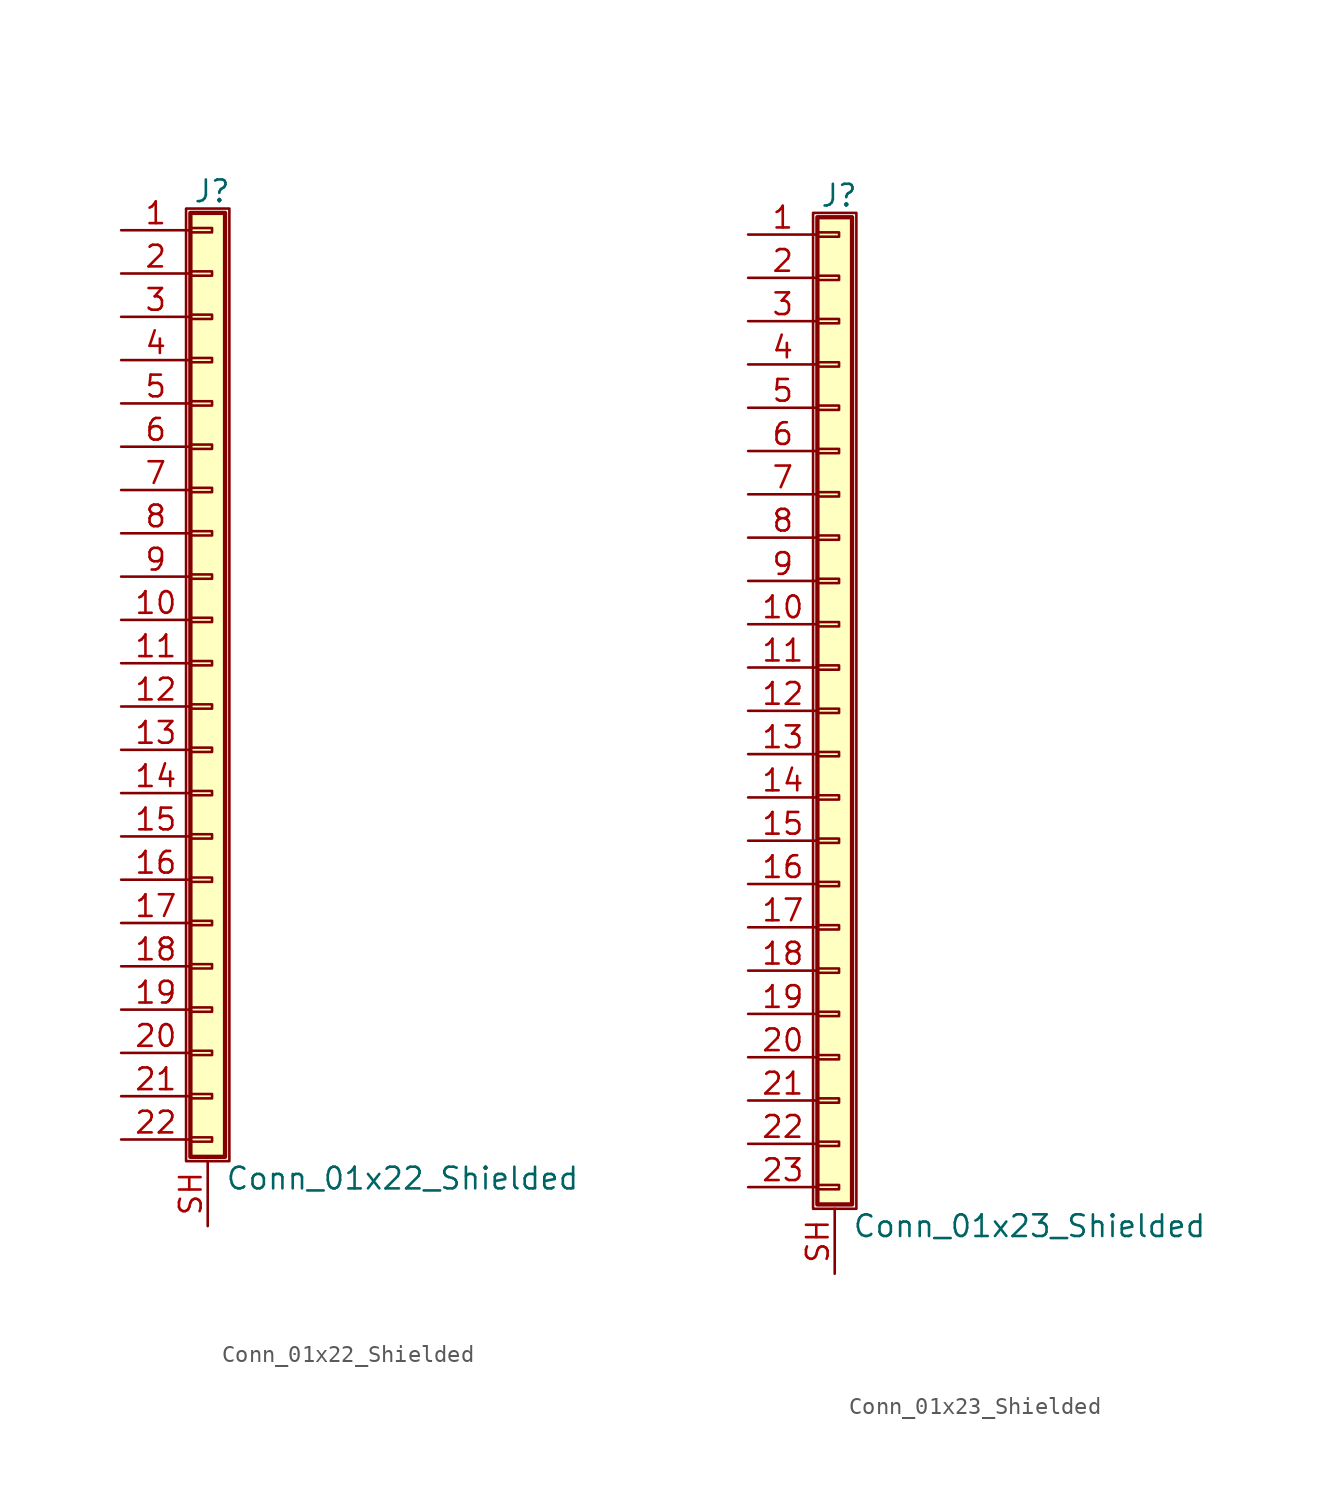
<source format=kicad_sym>
(kicad_symbol_lib
  (version 20220914)
  (generator kicad_symbol_editor)
  (symbol "Conn_01x22_Shielded"
    (pin_names
      (offset 1.016) hide)
    (property "Reference" "J"
      (at 0.254 27.686 0)
      (effects (font (size 1.27 1.27))))
    (property "Value" "Conn_01x22_Shielded"
      (at 1.016 -30.226 0)
      (effects (font (size 1.27 1.27)) (justify left)))
    (symbol "Conn_01x22_Shielded_1_1"
      (rectangle (start -1.27 26.67) (end 1.27 -29.21) (stroke (width 0.152) (type default)) (fill (type none)))
      (rectangle (start -1.016 -27.813) (end 0.254 -28.067) (stroke (width 0.152) (type default)) (fill (type none)))
      (rectangle (start -1.016 -25.273) (end 0.254 -25.527) (stroke (width 0.152) (type default)) (fill (type none)))
      (rectangle (start -1.016 -22.733) (end 0.254 -22.987) (stroke (width 0.152) (type default)) (fill (type none)))
      (rectangle (start -1.016 -20.193) (end 0.254 -20.447) (stroke (width 0.152) (type default)) (fill (type none)))
      (rectangle (start -1.016 -17.653) (end 0.254 -17.907) (stroke (width 0.152) (type default)) (fill (type none)))
      (rectangle (start -1.016 -15.113) (end 0.254 -15.367) (stroke (width 0.152) (type default)) (fill (type none)))
      (rectangle (start -1.016 -12.573) (end 0.254 -12.827) (stroke (width 0.152) (type default)) (fill (type none)))
      (rectangle (start -1.016 -10.033) (end 0.254 -10.287) (stroke (width 0.152) (type default)) (fill (type none)))
      (rectangle (start -1.016 -7.493) (end 0.254 -7.747) (stroke (width 0.152) (type default)) (fill (type none)))
      (rectangle (start -1.016 -4.953) (end 0.254 -5.207) (stroke (width 0.152) (type default)) (fill (type none)))
      (rectangle (start -1.016 -2.413) (end 0.254 -2.667) (stroke (width 0.152) (type default)) (fill (type none)))
      (rectangle (start -1.016 0.127) (end 0.254 -0.127) (stroke (width 0.152) (type default)) (fill (type none)))
      (rectangle (start -1.016 2.667) (end 0.254 2.413) (stroke (width 0.152) (type default)) (fill (type none)))
      (rectangle (start -1.016 5.207) (end 0.254 4.953) (stroke (width 0.152) (type default)) (fill (type none)))
      (rectangle (start -1.016 7.747) (end 0.254 7.493) (stroke (width 0.152) (type default)) (fill (type none)))
      (rectangle (start -1.016 10.287) (end 0.254 10.033) (stroke (width 0.152) (type default)) (fill (type none)))
      (rectangle (start -1.016 12.827) (end 0.254 12.573) (stroke (width 0.152) (type default)) (fill (type none)))
      (rectangle (start -1.016 15.367) (end 0.254 15.113) (stroke (width 0.152) (type default)) (fill (type none)))
      (rectangle (start -1.016 17.907) (end 0.254 17.653) (stroke (width 0.152) (type default)) (fill (type none)))
      (rectangle (start -1.016 20.447) (end 0.254 20.193) (stroke (width 0.152) (type default)) (fill (type none)))
      (rectangle (start -1.016 22.987) (end 0.254 22.733) (stroke (width 0.152) (type default)) (fill (type none)))
      (rectangle (start -1.016 25.527) (end 0.254 25.273) (stroke (width 0.152) (type default)) (fill (type none)))
      (rectangle (start -1.016 26.416) (end 1.016 -28.956) (stroke (width 0.254) (type default)) (fill (type background)))
      (pin passive line (at -5.08 25.4 0) (length 4.064) (name "Pin_1" (effects (font (size 1.27 1.27)))) (number "1" (effects (font (size 1.27 1.27)))))
      (pin passive line (at -5.08 2.54 0) (length 4.064) (name "Pin_10" (effects (font (size 1.27 1.27)))) (number "10" (effects (font (size 1.27 1.27)))))
      (pin passive line (at -5.08 0 0) (length 4.064) (name "Pin_11" (effects (font (size 1.27 1.27)))) (number "11" (effects (font (size 1.27 1.27)))))
      (pin passive line (at -5.08 -2.54 0) (length 4.064) (name "Pin_12" (effects (font (size 1.27 1.27)))) (number "12" (effects (font (size 1.27 1.27)))))
      (pin passive line (at -5.08 -5.08 0) (length 4.064) (name "Pin_13" (effects (font (size 1.27 1.27)))) (number "13" (effects (font (size 1.27 1.27)))))
      (pin passive line (at -5.08 -7.62 0) (length 4.064) (name "Pin_14" (effects (font (size 1.27 1.27)))) (number "14" (effects (font (size 1.27 1.27)))))
      (pin passive line (at -5.08 -10.16 0) (length 4.064) (name "Pin_15" (effects (font (size 1.27 1.27)))) (number "15" (effects (font (size 1.27 1.27)))))
      (pin passive line (at -5.08 -12.7 0) (length 4.064) (name "Pin_16" (effects (font (size 1.27 1.27)))) (number "16" (effects (font (size 1.27 1.27)))))
      (pin passive line (at -5.08 -15.24 0) (length 4.064) (name "Pin_17" (effects (font (size 1.27 1.27)))) (number "17" (effects (font (size 1.27 1.27)))))
      (pin passive line (at -5.08 -17.78 0) (length 4.064) (name "Pin_18" (effects (font (size 1.27 1.27)))) (number "18" (effects (font (size 1.27 1.27)))))
      (pin passive line (at -5.08 -20.32 0) (length 4.064) (name "Pin_19" (effects (font (size 1.27 1.27)))) (number "19" (effects (font (size 1.27 1.27)))))
      (pin passive line (at -5.08 22.86 0) (length 4.064) (name "Pin_2" (effects (font (size 1.27 1.27)))) (number "2" (effects (font (size 1.27 1.27)))))
      (pin passive line (at -5.08 -22.86 0) (length 4.064) (name "Pin_20" (effects (font (size 1.27 1.27)))) (number "20" (effects (font (size 1.27 1.27)))))
      (pin passive line (at -5.08 -25.4 0) (length 4.064) (name "Pin_21" (effects (font (size 1.27 1.27)))) (number "21" (effects (font (size 1.27 1.27)))))
      (pin passive line (at -5.08 -27.94 0) (length 4.064) (name "Pin_22" (effects (font (size 1.27 1.27)))) (number "22" (effects (font (size 1.27 1.27)))))
      (pin passive line (at -5.08 20.32 0) (length 4.064) (name "Pin_3" (effects (font (size 1.27 1.27)))) (number "3" (effects (font (size 1.27 1.27)))))
      (pin passive line (at -5.08 17.78 0) (length 4.064) (name "Pin_4" (effects (font (size 1.27 1.27)))) (number "4" (effects (font (size 1.27 1.27)))))
      (pin passive line (at -5.08 15.24 0) (length 4.064) (name "Pin_5" (effects (font (size 1.27 1.27)))) (number "5" (effects (font (size 1.27 1.27)))))
      (pin passive line (at -5.08 12.7 0) (length 4.064) (name "Pin_6" (effects (font (size 1.27 1.27)))) (number "6" (effects (font (size 1.27 1.27)))))
      (pin passive line (at -5.08 10.16 0) (length 4.064) (name "Pin_7" (effects (font (size 1.27 1.27)))) (number "7" (effects (font (size 1.27 1.27)))))
      (pin passive line (at -5.08 7.62 0) (length 4.064) (name "Pin_8" (effects (font (size 1.27 1.27)))) (number "8" (effects (font (size 1.27 1.27)))))
      (pin passive line (at -5.08 5.08 0) (length 4.064) (name "Pin_9" (effects (font (size 1.27 1.27)))) (number "9" (effects (font (size 1.27 1.27)))))
      (pin passive line (at 0 -33.02 90) (length 3.81) (name "Shield" (effects (font (size 1.27 1.27)))) (number "SH" (effects (font (size 1.27 1.27)))))))
  (symbol "Conn_01x23_Shielded"
    (pin_names
      (offset 1.016) hide)
    (property "Reference" "J"
      (at 0.254 30.226 0)
      (effects (font (size 1.27 1.27))))
    (property "Value" "Conn_01x23_Shielded"
      (at 1.016 -30.226 0)
      (effects (font (size 1.27 1.27)) (justify left)))
    (symbol "Conn_01x23_Shielded_1_1"
      (rectangle (start -1.27 29.21) (end 1.27 -29.21) (stroke (width 0.152) (type default)) (fill (type none)))
      (rectangle (start -1.016 -27.813) (end 0.254 -28.067) (stroke (width 0.152) (type default)) (fill (type none)))
      (rectangle (start -1.016 -25.273) (end 0.254 -25.527) (stroke (width 0.152) (type default)) (fill (type none)))
      (rectangle (start -1.016 -22.733) (end 0.254 -22.987) (stroke (width 0.152) (type default)) (fill (type none)))
      (rectangle (start -1.016 -20.193) (end 0.254 -20.447) (stroke (width 0.152) (type default)) (fill (type none)))
      (rectangle (start -1.016 -17.653) (end 0.254 -17.907) (stroke (width 0.152) (type default)) (fill (type none)))
      (rectangle (start -1.016 -15.113) (end 0.254 -15.367) (stroke (width 0.152) (type default)) (fill (type none)))
      (rectangle (start -1.016 -12.573) (end 0.254 -12.827) (stroke (width 0.152) (type default)) (fill (type none)))
      (rectangle (start -1.016 -10.033) (end 0.254 -10.287) (stroke (width 0.152) (type default)) (fill (type none)))
      (rectangle (start -1.016 -7.493) (end 0.254 -7.747) (stroke (width 0.152) (type default)) (fill (type none)))
      (rectangle (start -1.016 -4.953) (end 0.254 -5.207) (stroke (width 0.152) (type default)) (fill (type none)))
      (rectangle (start -1.016 -2.413) (end 0.254 -2.667) (stroke (width 0.152) (type default)) (fill (type none)))
      (rectangle (start -1.016 0.127) (end 0.254 -0.127) (stroke (width 0.152) (type default)) (fill (type none)))
      (rectangle (start -1.016 2.667) (end 0.254 2.413) (stroke (width 0.152) (type default)) (fill (type none)))
      (rectangle (start -1.016 5.207) (end 0.254 4.953) (stroke (width 0.152) (type default)) (fill (type none)))
      (rectangle (start -1.016 7.747) (end 0.254 7.493) (stroke (width 0.152) (type default)) (fill (type none)))
      (rectangle (start -1.016 10.287) (end 0.254 10.033) (stroke (width 0.152) (type default)) (fill (type none)))
      (rectangle (start -1.016 12.827) (end 0.254 12.573) (stroke (width 0.152) (type default)) (fill (type none)))
      (rectangle (start -1.016 15.367) (end 0.254 15.113) (stroke (width 0.152) (type default)) (fill (type none)))
      (rectangle (start -1.016 17.907) (end 0.254 17.653) (stroke (width 0.152) (type default)) (fill (type none)))
      (rectangle (start -1.016 20.447) (end 0.254 20.193) (stroke (width 0.152) (type default)) (fill (type none)))
      (rectangle (start -1.016 22.987) (end 0.254 22.733) (stroke (width 0.152) (type default)) (fill (type none)))
      (rectangle (start -1.016 25.527) (end 0.254 25.273) (stroke (width 0.152) (type default)) (fill (type none)))
      (rectangle (start -1.016 28.067) (end 0.254 27.813) (stroke (width 0.152) (type default)) (fill (type none)))
      (rectangle (start -1.016 28.956) (end 1.016 -28.956) (stroke (width 0.254) (type default)) (fill (type background)))
      (pin passive line (at -5.08 27.94 0) (length 4.064) (name "Pin_1" (effects (font (size 1.27 1.27)))) (number "1" (effects (font (size 1.27 1.27)))))
      (pin passive line (at -5.08 5.08 0) (length 4.064) (name "Pin_10" (effects (font (size 1.27 1.27)))) (number "10" (effects (font (size 1.27 1.27)))))
      (pin passive line (at -5.08 2.54 0) (length 4.064) (name "Pin_11" (effects (font (size 1.27 1.27)))) (number "11" (effects (font (size 1.27 1.27)))))
      (pin passive line (at -5.08 0 0) (length 4.064) (name "Pin_12" (effects (font (size 1.27 1.27)))) (number "12" (effects (font (size 1.27 1.27)))))
      (pin passive line (at -5.08 -2.54 0) (length 4.064) (name "Pin_13" (effects (font (size 1.27 1.27)))) (number "13" (effects (font (size 1.27 1.27)))))
      (pin passive line (at -5.08 -5.08 0) (length 4.064) (name "Pin_14" (effects (font (size 1.27 1.27)))) (number "14" (effects (font (size 1.27 1.27)))))
      (pin passive line (at -5.08 -7.62 0) (length 4.064) (name "Pin_15" (effects (font (size 1.27 1.27)))) (number "15" (effects (font (size 1.27 1.27)))))
      (pin passive line (at -5.08 -10.16 0) (length 4.064) (name "Pin_16" (effects (font (size 1.27 1.27)))) (number "16" (effects (font (size 1.27 1.27)))))
      (pin passive line (at -5.08 -12.7 0) (length 4.064) (name "Pin_17" (effects (font (size 1.27 1.27)))) (number "17" (effects (font (size 1.27 1.27)))))
      (pin passive line (at -5.08 -15.24 0) (length 4.064) (name "Pin_18" (effects (font (size 1.27 1.27)))) (number "18" (effects (font (size 1.27 1.27)))))
      (pin passive line (at -5.08 -17.78 0) (length 4.064) (name "Pin_19" (effects (font (size 1.27 1.27)))) (number "19" (effects (font (size 1.27 1.27)))))
      (pin passive line (at -5.08 25.4 0) (length 4.064) (name "Pin_2" (effects (font (size 1.27 1.27)))) (number "2" (effects (font (size 1.27 1.27)))))
      (pin passive line (at -5.08 -20.32 0) (length 4.064) (name "Pin_20" (effects (font (size 1.27 1.27)))) (number "20" (effects (font (size 1.27 1.27)))))
      (pin passive line (at -5.08 -22.86 0) (length 4.064) (name "Pin_21" (effects (font (size 1.27 1.27)))) (number "21" (effects (font (size 1.27 1.27)))))
      (pin passive line (at -5.08 -25.4 0) (length 4.064) (name "Pin_22" (effects (font (size 1.27 1.27)))) (number "22" (effects (font (size 1.27 1.27)))))
      (pin passive line (at -5.08 -27.94 0) (length 4.064) (name "Pin_23" (effects (font (size 1.27 1.27)))) (number "23" (effects (font (size 1.27 1.27)))))
      (pin passive line (at -5.08 22.86 0) (length 4.064) (name "Pin_3" (effects (font (size 1.27 1.27)))) (number "3" (effects (font (size 1.27 1.27)))))
      (pin passive line (at -5.08 20.32 0) (length 4.064) (name "Pin_4" (effects (font (size 1.27 1.27)))) (number "4" (effects (font (size 1.27 1.27)))))
      (pin passive line (at -5.08 17.78 0) (length 4.064) (name "Pin_5" (effects (font (size 1.27 1.27)))) (number "5" (effects (font (size 1.27 1.27)))))
      (pin passive line (at -5.08 15.24 0) (length 4.064) (name "Pin_6" (effects (font (size 1.27 1.27)))) (number "6" (effects (font (size 1.27 1.27)))))
      (pin passive line (at -5.08 12.7 0) (length 4.064) (name "Pin_7" (effects (font (size 1.27 1.27)))) (number "7" (effects (font (size 1.27 1.27)))))
      (pin passive line (at -5.08 10.16 0) (length 4.064) (name "Pin_8" (effects (font (size 1.27 1.27)))) (number "8" (effects (font (size 1.27 1.27)))))
      (pin passive line (at -5.08 7.62 0) (length 4.064) (name "Pin_9" (effects (font (size 1.27 1.27)))) (number "9" (effects (font (size 1.27 1.27)))))
      (pin passive line (at 0 -33.02 90) (length 3.81) (name "Shield" (effects (font (size 1.27 1.27)))) (number "SH" (effects (font (size 1.27 1.27))))))))
</source>
